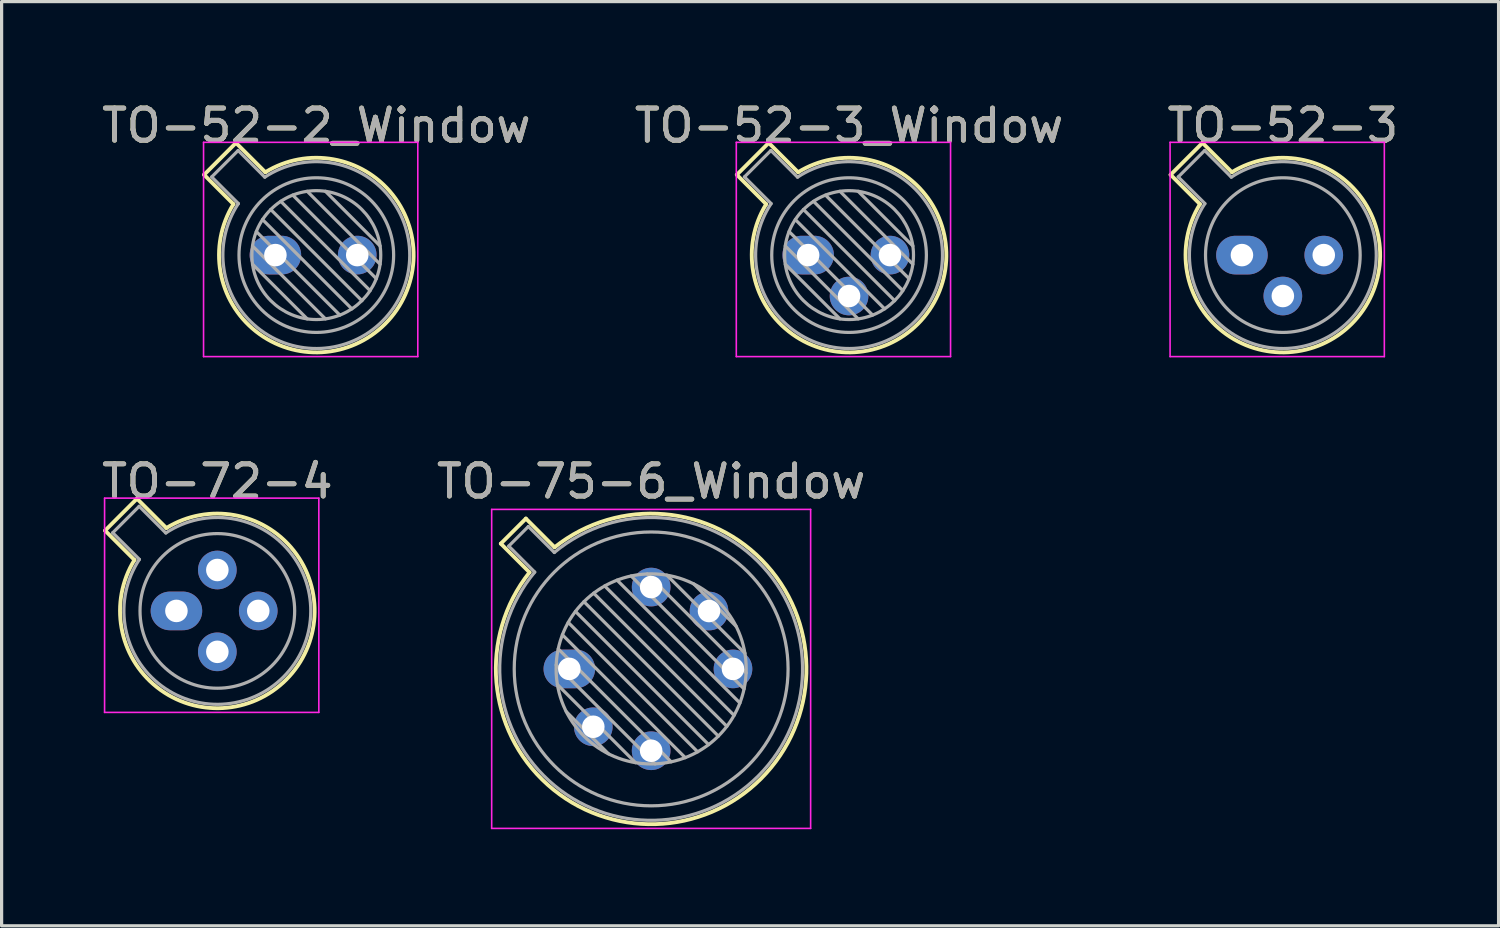
<source format=kicad_pcb>
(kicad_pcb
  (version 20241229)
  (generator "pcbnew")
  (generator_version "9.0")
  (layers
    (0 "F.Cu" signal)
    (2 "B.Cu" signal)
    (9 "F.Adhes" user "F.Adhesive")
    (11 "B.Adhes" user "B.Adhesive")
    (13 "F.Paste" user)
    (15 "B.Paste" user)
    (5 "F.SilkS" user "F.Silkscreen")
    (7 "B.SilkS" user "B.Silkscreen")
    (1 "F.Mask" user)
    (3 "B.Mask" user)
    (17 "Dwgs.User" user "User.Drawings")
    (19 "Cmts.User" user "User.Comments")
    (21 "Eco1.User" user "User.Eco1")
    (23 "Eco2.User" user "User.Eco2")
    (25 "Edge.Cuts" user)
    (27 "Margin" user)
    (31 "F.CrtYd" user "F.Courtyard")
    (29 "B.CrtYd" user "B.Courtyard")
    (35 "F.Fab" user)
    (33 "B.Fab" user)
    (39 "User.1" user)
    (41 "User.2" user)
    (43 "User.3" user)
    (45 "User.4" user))
  (footprint "TO-52-3_Window"
    (layer "F.Cu")
    (at 22.034 4.868)
    (property "Reference" "TO-52-3_Window" (at 1.27 -4.02 0) (layer "F.SilkS") (effects (font (size 1 1) (thickness 0.15))))
    (attr through_hole)
    (fp_line (start -2.214 -2.494) (end -1.302 -1.582) (stroke (width 0.12) (type solid)) (layer "F.SilkS"))
    (fp_line (start -1.224 -3.484) (end -2.214 -2.494) (stroke (width 0.12) (type solid)) (layer "F.SilkS"))
    (fp_line (start -0.312 -2.572) (end -1.224 -3.484) (stroke (width 0.12) (type solid)) (layer "F.SilkS"))
    (fp_arc (start -0.312331 -2.572281) (mid 3.405374 2.135551) (end -1.30215 -1.582544) (stroke (width 0.12) (type solid)) (layer "F.SilkS"))
    (fp_line (start -2.23 -3.5) (end -2.23 3.15) (stroke (width 0.05) (type solid)) (layer "F.CrtYd"))
    (fp_line (start -2.23 3.15) (end 4.42 3.15) (stroke (width 0.05) (type solid)) (layer "F.CrtYd"))
    (fp_line (start 4.42 -3.5) (end -2.23 -3.5) (stroke (width 0.05) (type solid)) (layer "F.CrtYd"))
    (fp_line (start 4.42 3.15) (end 4.42 -3.5) (stroke (width 0.05) (type solid)) (layer "F.CrtYd"))
    (fp_line (start -1.977 -2.426) (end -1.149 -1.599) (stroke (width 0.1) (type solid)) (layer "F.Fab"))
    (fp_line (start -1.156 -3.247) (end -1.977 -2.426) (stroke (width 0.1) (type solid)) (layer "F.Fab"))
    (fp_line (start -0.71 -0.283) (end 1.553 1.98) (stroke (width 0.1) (type solid)) (layer "F.Fab"))
    (fp_line (start -0.71 0.283) (end 0.987 1.98) (stroke (width 0.1) (type solid)) (layer "F.Fab"))
    (fp_line (start -0.592 -0.731) (end 2.001 1.862) (stroke (width 0.1) (type solid)) (layer "F.Fab"))
    (fp_line (start -0.399 -1.103) (end 2.373 1.669) (stroke (width 0.1) (type solid)) (layer "F.Fab"))
    (fp_line (start -0.329 -2.419) (end -1.156 -3.247) (stroke (width 0.1) (type solid)) (layer "F.Fab"))
    (fp_line (start -0.145 -1.415) (end 2.685 1.415) (stroke (width 0.1) (type solid)) (layer "F.Fab"))
    (fp_line (start 0.167 -1.669) (end 2.939 1.103) (stroke (width 0.1) (type solid)) (layer "F.Fab"))
    (fp_line (start 0.539 -1.862) (end 3.132 0.731) (stroke (width 0.1) (type solid)) (layer "F.Fab"))
    (fp_line (start 0.987 -1.98) (end 3.25 0.283) (stroke (width 0.1) (type solid)) (layer "F.Fab"))
    (fp_line (start 1.553 -1.98) (end 3.25 -0.283) (stroke (width 0.1) (type solid)) (layer "F.Fab"))
    (fp_arc (start -0.329057 -2.419301) (mid 3.321076 2.050143) (end -1.150029 -1.597956) (stroke (width 0.1) (type solid)) (layer "F.Fab"))
    (fp_circle (center 1.27 0) (end 3.27 0) (stroke (width 0.1) (type solid)) (fill no) (layer "F.Fab"))
    (fp_circle (center 1.27 0) (end 3.67 0) (stroke (width 0.1) (type solid)) (fill no) (layer "F.Fab"))
    (fp_text user "${REFERENCE}" (at 1.27 -4.02 0) (layer "F.Fab") (effects (font (size 1 1) (thickness 0.15))))
    (pad "1" thru_hole oval (at 0 0) (size 1.6 1.2) (drill 0.7) (layers "*.Cu" "*.Mask"))
    (pad "2" thru_hole oval (at 1.27 1.27) (size 1.2 1.2) (drill 0.7) (layers "*.Cu" "*.Mask"))
    (pad "3" thru_hole oval (at 2.54 0) (size 1.2 1.2) (drill 0.7) (layers "*.Cu" "*.Mask")))
  (footprint "TO-75-6_Window"
    (layer "F.Cu")
    (at 14.621 17.712)
    (property "Reference" "TO-75-6_Window" (at 2.54 -5.82 0) (layer "F.SilkS") (effects (font (size 1 1) (thickness 0.15))))
    (attr through_hole)
    (fp_line (start -2.126 -3.888) (end -1.235 -2.997) (stroke (width 0.12) (type solid)) (layer "F.SilkS"))
    (fp_line (start -1.348 -4.666) (end -2.126 -3.888) (stroke (width 0.12) (type solid)) (layer "F.SilkS"))
    (fp_line (start -0.457 -3.775) (end -1.348 -4.666) (stroke (width 0.12) (type solid)) (layer "F.SilkS"))
    (fp_arc (start -0.457084 -3.774902) (mid 5.948125 3.408384) (end -1.234674 -2.997371) (stroke (width 0.12) (type solid)) (layer "F.SilkS"))
    (fp_line (start -2.41 -4.95) (end -2.41 4.95) (stroke (width 0.05) (type solid)) (layer "F.CrtYd"))
    (fp_line (start -2.41 4.95) (end 7.49 4.95) (stroke (width 0.05) (type solid)) (layer "F.CrtYd"))
    (fp_line (start 7.49 -4.95) (end -2.41 -4.95) (stroke (width 0.05) (type solid)) (layer "F.CrtYd"))
    (fp_line (start 7.49 4.95) (end 7.49 -4.95) (stroke (width 0.05) (type solid)) (layer "F.CrtYd"))
    (fp_line (start -1.88 -3.812) (end -1.074 -3.005) (stroke (width 0.1) (type solid)) (layer "F.Fab"))
    (fp_line (start -1.272 -4.42) (end -1.88 -3.812) (stroke (width 0.1) (type solid)) (layer "F.Fab"))
    (fp_line (start -0.465 -3.614) (end -1.272 -4.42) (stroke (width 0.1) (type solid)) (layer "F.Fab"))
    (fp_line (start -0.408 -0.12) (end 2.66 2.948) (stroke (width 0.1) (type solid)) (layer "F.Fab"))
    (fp_line (start -0.371 0.485) (end 2.055 2.911) (stroke (width 0.1) (type solid)) (layer "F.Fab"))
    (fp_line (start -0.344 -0.622) (end 3.162 2.884) (stroke (width 0.1) (type solid)) (layer "F.Fab"))
    (fp_line (start -0.215 -1.058) (end 3.598 2.755) (stroke (width 0.1) (type solid)) (layer "F.Fab"))
    (fp_line (start -0.097 1.324) (end 1.216 2.637) (stroke (width 0.1) (type solid)) (layer "F.Fab"))
    (fp_line (start -0.034 -1.443) (end 3.983 2.574) (stroke (width 0.1) (type solid)) (layer "F.Fab"))
    (fp_line (start 0.19 -1.784) (end 4.324 2.35) (stroke (width 0.1) (type solid)) (layer "F.Fab"))
    (fp_line (start 0.454 -2.086) (end 4.626 2.086) (stroke (width 0.1) (type solid)) (layer "F.Fab"))
    (fp_line (start 0.756 -2.35) (end 4.89 1.784) (stroke (width 0.1) (type solid)) (layer "F.Fab"))
    (fp_line (start 1.097 -2.574) (end 5.114 1.443) (stroke (width 0.1) (type solid)) (layer "F.Fab"))
    (fp_line (start 1.482 -2.755) (end 5.295 1.058) (stroke (width 0.1) (type solid)) (layer "F.Fab"))
    (fp_line (start 1.918 -2.884) (end 5.424 0.622) (stroke (width 0.1) (type solid)) (layer "F.Fab"))
    (fp_line (start 2.42 -2.948) (end 5.488 0.12) (stroke (width 0.1) (type solid)) (layer "F.Fab"))
    (fp_line (start 3.025 -2.911) (end 5.451 -0.485) (stroke (width 0.1) (type solid)) (layer "F.Fab"))
    (fp_line (start 3.864 -2.637) (end 5.177 -1.324) (stroke (width 0.1) (type solid)) (layer "F.Fab"))
    (fp_arc (start -0.465408 -3.61352) (mid 5.863443 3.323361) (end -1.073594 -3.005319) (stroke (width 0.1) (type solid)) (layer "F.Fab"))
    (fp_circle (center 2.54 0) (end 5.49 0) (stroke (width 0.1) (type solid)) (fill no) (layer "F.Fab"))
    (fp_circle (center 2.54 0) (end 6.79 0) (stroke (width 0.1) (type solid)) (fill no) (layer "F.Fab"))
    (fp_text user "${REFERENCE}" (at 2.54 -5.82 0) (layer "F.Fab") (effects (font (size 1 1) (thickness 0.15))))
    (pad "1" thru_hole oval (at 0 0) (size 1.6 1.2) (drill 0.7) (layers "*.Cu" "*.Mask"))
    (pad "2" thru_hole oval (at 0.744 1.796) (size 1.2 1.2) (drill 0.7) (layers "*.Cu" "*.Mask"))
    (pad "3" thru_hole oval (at 2.54 2.54) (size 1.2 1.2) (drill 0.7) (layers "*.Cu" "*.Mask"))
    (pad "4" thru_hole oval (at 5.08 0) (size 1.2 1.2) (drill 0.7) (layers "*.Cu" "*.Mask"))
    (pad "5" thru_hole oval (at 4.336 -1.796) (size 1.2 1.2) (drill 0.7) (layers "*.Cu" "*.Mask"))
    (pad "6" thru_hole oval (at 2.54 -2.54) (size 1.2 1.2) (drill 0.7) (layers "*.Cu" "*.Mask")))
  (footprint "TO-52-2_Window"
    (layer "F.Cu")
    (at 5.498 4.868)
    (property "Reference" "TO-52-2_Window" (at 1.27 -4.02 0) (layer "F.SilkS") (effects (font (size 1 1) (thickness 0.15))))
    (attr through_hole)
    (fp_line (start -2.214 -2.494) (end -1.302 -1.582) (stroke (width 0.12) (type solid)) (layer "F.SilkS"))
    (fp_line (start -1.224 -3.484) (end -2.214 -2.494) (stroke (width 0.12) (type solid)) (layer "F.SilkS"))
    (fp_line (start -0.312 -2.572) (end -1.224 -3.484) (stroke (width 0.12) (type solid)) (layer "F.SilkS"))
    (fp_arc (start -0.312331 -2.572281) (mid 3.405374 2.135551) (end -1.30215 -1.582544) (stroke (width 0.12) (type solid)) (layer "F.SilkS"))
    (fp_line (start -2.23 -3.5) (end -2.23 3.15) (stroke (width 0.05) (type solid)) (layer "F.CrtYd"))
    (fp_line (start -2.23 3.15) (end 4.42 3.15) (stroke (width 0.05) (type solid)) (layer "F.CrtYd"))
    (fp_line (start 4.42 -3.5) (end -2.23 -3.5) (stroke (width 0.05) (type solid)) (layer "F.CrtYd"))
    (fp_line (start 4.42 3.15) (end 4.42 -3.5) (stroke (width 0.05) (type solid)) (layer "F.CrtYd"))
    (fp_line (start -1.977 -2.426) (end -1.149 -1.599) (stroke (width 0.1) (type solid)) (layer "F.Fab"))
    (fp_line (start -1.156 -3.247) (end -1.977 -2.426) (stroke (width 0.1) (type solid)) (layer "F.Fab"))
    (fp_line (start -0.71 -0.283) (end 1.553 1.98) (stroke (width 0.1) (type solid)) (layer "F.Fab"))
    (fp_line (start -0.71 0.283) (end 0.987 1.98) (stroke (width 0.1) (type solid)) (layer "F.Fab"))
    (fp_line (start -0.592 -0.731) (end 2.001 1.862) (stroke (width 0.1) (type solid)) (layer "F.Fab"))
    (fp_line (start -0.399 -1.103) (end 2.373 1.669) (stroke (width 0.1) (type solid)) (layer "F.Fab"))
    (fp_line (start -0.329 -2.419) (end -1.156 -3.247) (stroke (width 0.1) (type solid)) (layer "F.Fab"))
    (fp_line (start -0.145 -1.415) (end 2.685 1.415) (stroke (width 0.1) (type solid)) (layer "F.Fab"))
    (fp_line (start 0.167 -1.669) (end 2.939 1.103) (stroke (width 0.1) (type solid)) (layer "F.Fab"))
    (fp_line (start 0.539 -1.862) (end 3.132 0.731) (stroke (width 0.1) (type solid)) (layer "F.Fab"))
    (fp_line (start 0.987 -1.98) (end 3.25 0.283) (stroke (width 0.1) (type solid)) (layer "F.Fab"))
    (fp_line (start 1.553 -1.98) (end 3.25 -0.283) (stroke (width 0.1) (type solid)) (layer "F.Fab"))
    (fp_arc (start -0.329057 -2.419301) (mid 3.321076 2.050143) (end -1.150029 -1.597956) (stroke (width 0.1) (type solid)) (layer "F.Fab"))
    (fp_circle (center 1.27 0) (end 3.27 0) (stroke (width 0.1) (type solid)) (fill no) (layer "F.Fab"))
    (fp_circle (center 1.27 0) (end 3.67 0) (stroke (width 0.1) (type solid)) (fill no) (layer "F.Fab"))
    (fp_text user "${REFERENCE}" (at 1.27 -4.02 0) (layer "F.Fab") (effects (font (size 1 1) (thickness 0.15))))
    (pad "1" thru_hole oval (at 0 0) (size 1.6 1.2) (drill 0.7) (layers "*.Cu" "*.Mask"))
    (pad "2" thru_hole oval (at 2.54 0) (size 1.2 1.2) (drill 0.7) (layers "*.Cu" "*.Mask")))
  (footprint "TO-72-4"
    (layer "F.Cu")
    (at 2.426 15.912)
    (property "Reference" "TO-72-4" (at 1.27 -4.02 0) (layer "F.SilkS") (effects (font (size 1 1) (thickness 0.15))))
    (attr through_hole)
    (fp_line (start -2.214 -2.494) (end -1.302 -1.582) (stroke (width 0.12) (type solid)) (layer "F.SilkS"))
    (fp_line (start -1.224 -3.484) (end -2.214 -2.494) (stroke (width 0.12) (type solid)) (layer "F.SilkS"))
    (fp_line (start -0.312 -2.572) (end -1.224 -3.484) (stroke (width 0.12) (type solid)) (layer "F.SilkS"))
    (fp_arc (start -0.312331 -2.572281) (mid 3.405374 2.135551) (end -1.30215 -1.582544) (stroke (width 0.12) (type solid)) (layer "F.SilkS"))
    (fp_line (start -2.23 -3.5) (end -2.23 3.15) (stroke (width 0.05) (type solid)) (layer "F.CrtYd"))
    (fp_line (start -2.23 3.15) (end 4.42 3.15) (stroke (width 0.05) (type solid)) (layer "F.CrtYd"))
    (fp_line (start 4.42 -3.5) (end -2.23 -3.5) (stroke (width 0.05) (type solid)) (layer "F.CrtYd"))
    (fp_line (start 4.42 3.15) (end 4.42 -3.5) (stroke (width 0.05) (type solid)) (layer "F.CrtYd"))
    (fp_line (start -1.977 -2.426) (end -1.149 -1.599) (stroke (width 0.1) (type solid)) (layer "F.Fab"))
    (fp_line (start -1.156 -3.247) (end -1.977 -2.426) (stroke (width 0.1) (type solid)) (layer "F.Fab"))
    (fp_line (start -0.329 -2.419) (end -1.156 -3.247) (stroke (width 0.1) (type solid)) (layer "F.Fab"))
    (fp_arc (start -0.329057 -2.419301) (mid 3.321076 2.050143) (end -1.150029 -1.597956) (stroke (width 0.1) (type solid)) (layer "F.Fab"))
    (fp_circle (center 1.27 0) (end 3.67 0) (stroke (width 0.1) (type solid)) (fill no) (layer "F.Fab"))
    (fp_text user "${REFERENCE}" (at 1.27 -4.02 0) (layer "F.Fab") (effects (font (size 1 1) (thickness 0.15))))
    (pad "1" thru_hole oval (at 0 0) (size 1.6 1.2) (drill 0.7) (layers "*.Cu" "*.Mask"))
    (pad "2" thru_hole oval (at 1.27 1.27) (size 1.2 1.2) (drill 0.7) (layers "*.Cu" "*.Mask"))
    (pad "3" thru_hole oval (at 2.54 0) (size 1.2 1.2) (drill 0.7) (layers "*.Cu" "*.Mask"))
    (pad "4" thru_hole oval (at 1.27 -1.27) (size 1.2 1.2) (drill 0.7) (layers "*.Cu" "*.Mask")))
  (footprint "TO-52-3"
    (layer "F.Cu")
    (at 35.498 4.868)
    (property "Reference" "TO-52-3" (at 1.27 -4.02 0) (layer "F.SilkS") (effects (font (size 1 1) (thickness 0.15))))
    (attr through_hole)
    (fp_line (start -2.214 -2.494) (end -1.302 -1.582) (stroke (width 0.12) (type solid)) (layer "F.SilkS"))
    (fp_line (start -1.224 -3.484) (end -2.214 -2.494) (stroke (width 0.12) (type solid)) (layer "F.SilkS"))
    (fp_line (start -0.312 -2.572) (end -1.224 -3.484) (stroke (width 0.12) (type solid)) (layer "F.SilkS"))
    (fp_arc (start -0.312331 -2.572281) (mid 3.405374 2.135551) (end -1.30215 -1.582544) (stroke (width 0.12) (type solid)) (layer "F.SilkS"))
    (fp_line (start -2.23 -3.5) (end -2.23 3.15) (stroke (width 0.05) (type solid)) (layer "F.CrtYd"))
    (fp_line (start -2.23 3.15) (end 4.42 3.15) (stroke (width 0.05) (type solid)) (layer "F.CrtYd"))
    (fp_line (start 4.42 -3.5) (end -2.23 -3.5) (stroke (width 0.05) (type solid)) (layer "F.CrtYd"))
    (fp_line (start 4.42 3.15) (end 4.42 -3.5) (stroke (width 0.05) (type solid)) (layer "F.CrtYd"))
    (fp_line (start -1.977 -2.426) (end -1.149 -1.599) (stroke (width 0.1) (type solid)) (layer "F.Fab"))
    (fp_line (start -1.156 -3.247) (end -1.977 -2.426) (stroke (width 0.1) (type solid)) (layer "F.Fab"))
    (fp_line (start -0.329 -2.419) (end -1.156 -3.247) (stroke (width 0.1) (type solid)) (layer "F.Fab"))
    (fp_arc (start -0.329057 -2.419301) (mid 3.321076 2.050143) (end -1.150029 -1.597956) (stroke (width 0.1) (type solid)) (layer "F.Fab"))
    (fp_circle (center 1.27 0) (end 3.67 0) (stroke (width 0.1) (type solid)) (fill no) (layer "F.Fab"))
    (fp_text user "${REFERENCE}" (at 1.27 -4.02 0) (layer "F.Fab") (effects (font (size 1 1) (thickness 0.15))))
    (pad "1" thru_hole oval (at 0 0) (size 1.6 1.2) (drill 0.7) (layers "*.Cu" "*.Mask"))
    (pad "2" thru_hole oval (at 1.27 1.27) (size 1.2 1.2) (drill 0.7) (layers "*.Cu" "*.Mask"))
    (pad "3" thru_hole oval (at 2.54 0) (size 1.2 1.2) (drill 0.7) (layers "*.Cu" "*.Mask")))
  (gr_rect
    (start -3 -3)
    (end 43.464 25.686)
    (stroke (width 0.1) (type default))
    (fill no)
    (layer "Edge.Cuts")))
</source>
